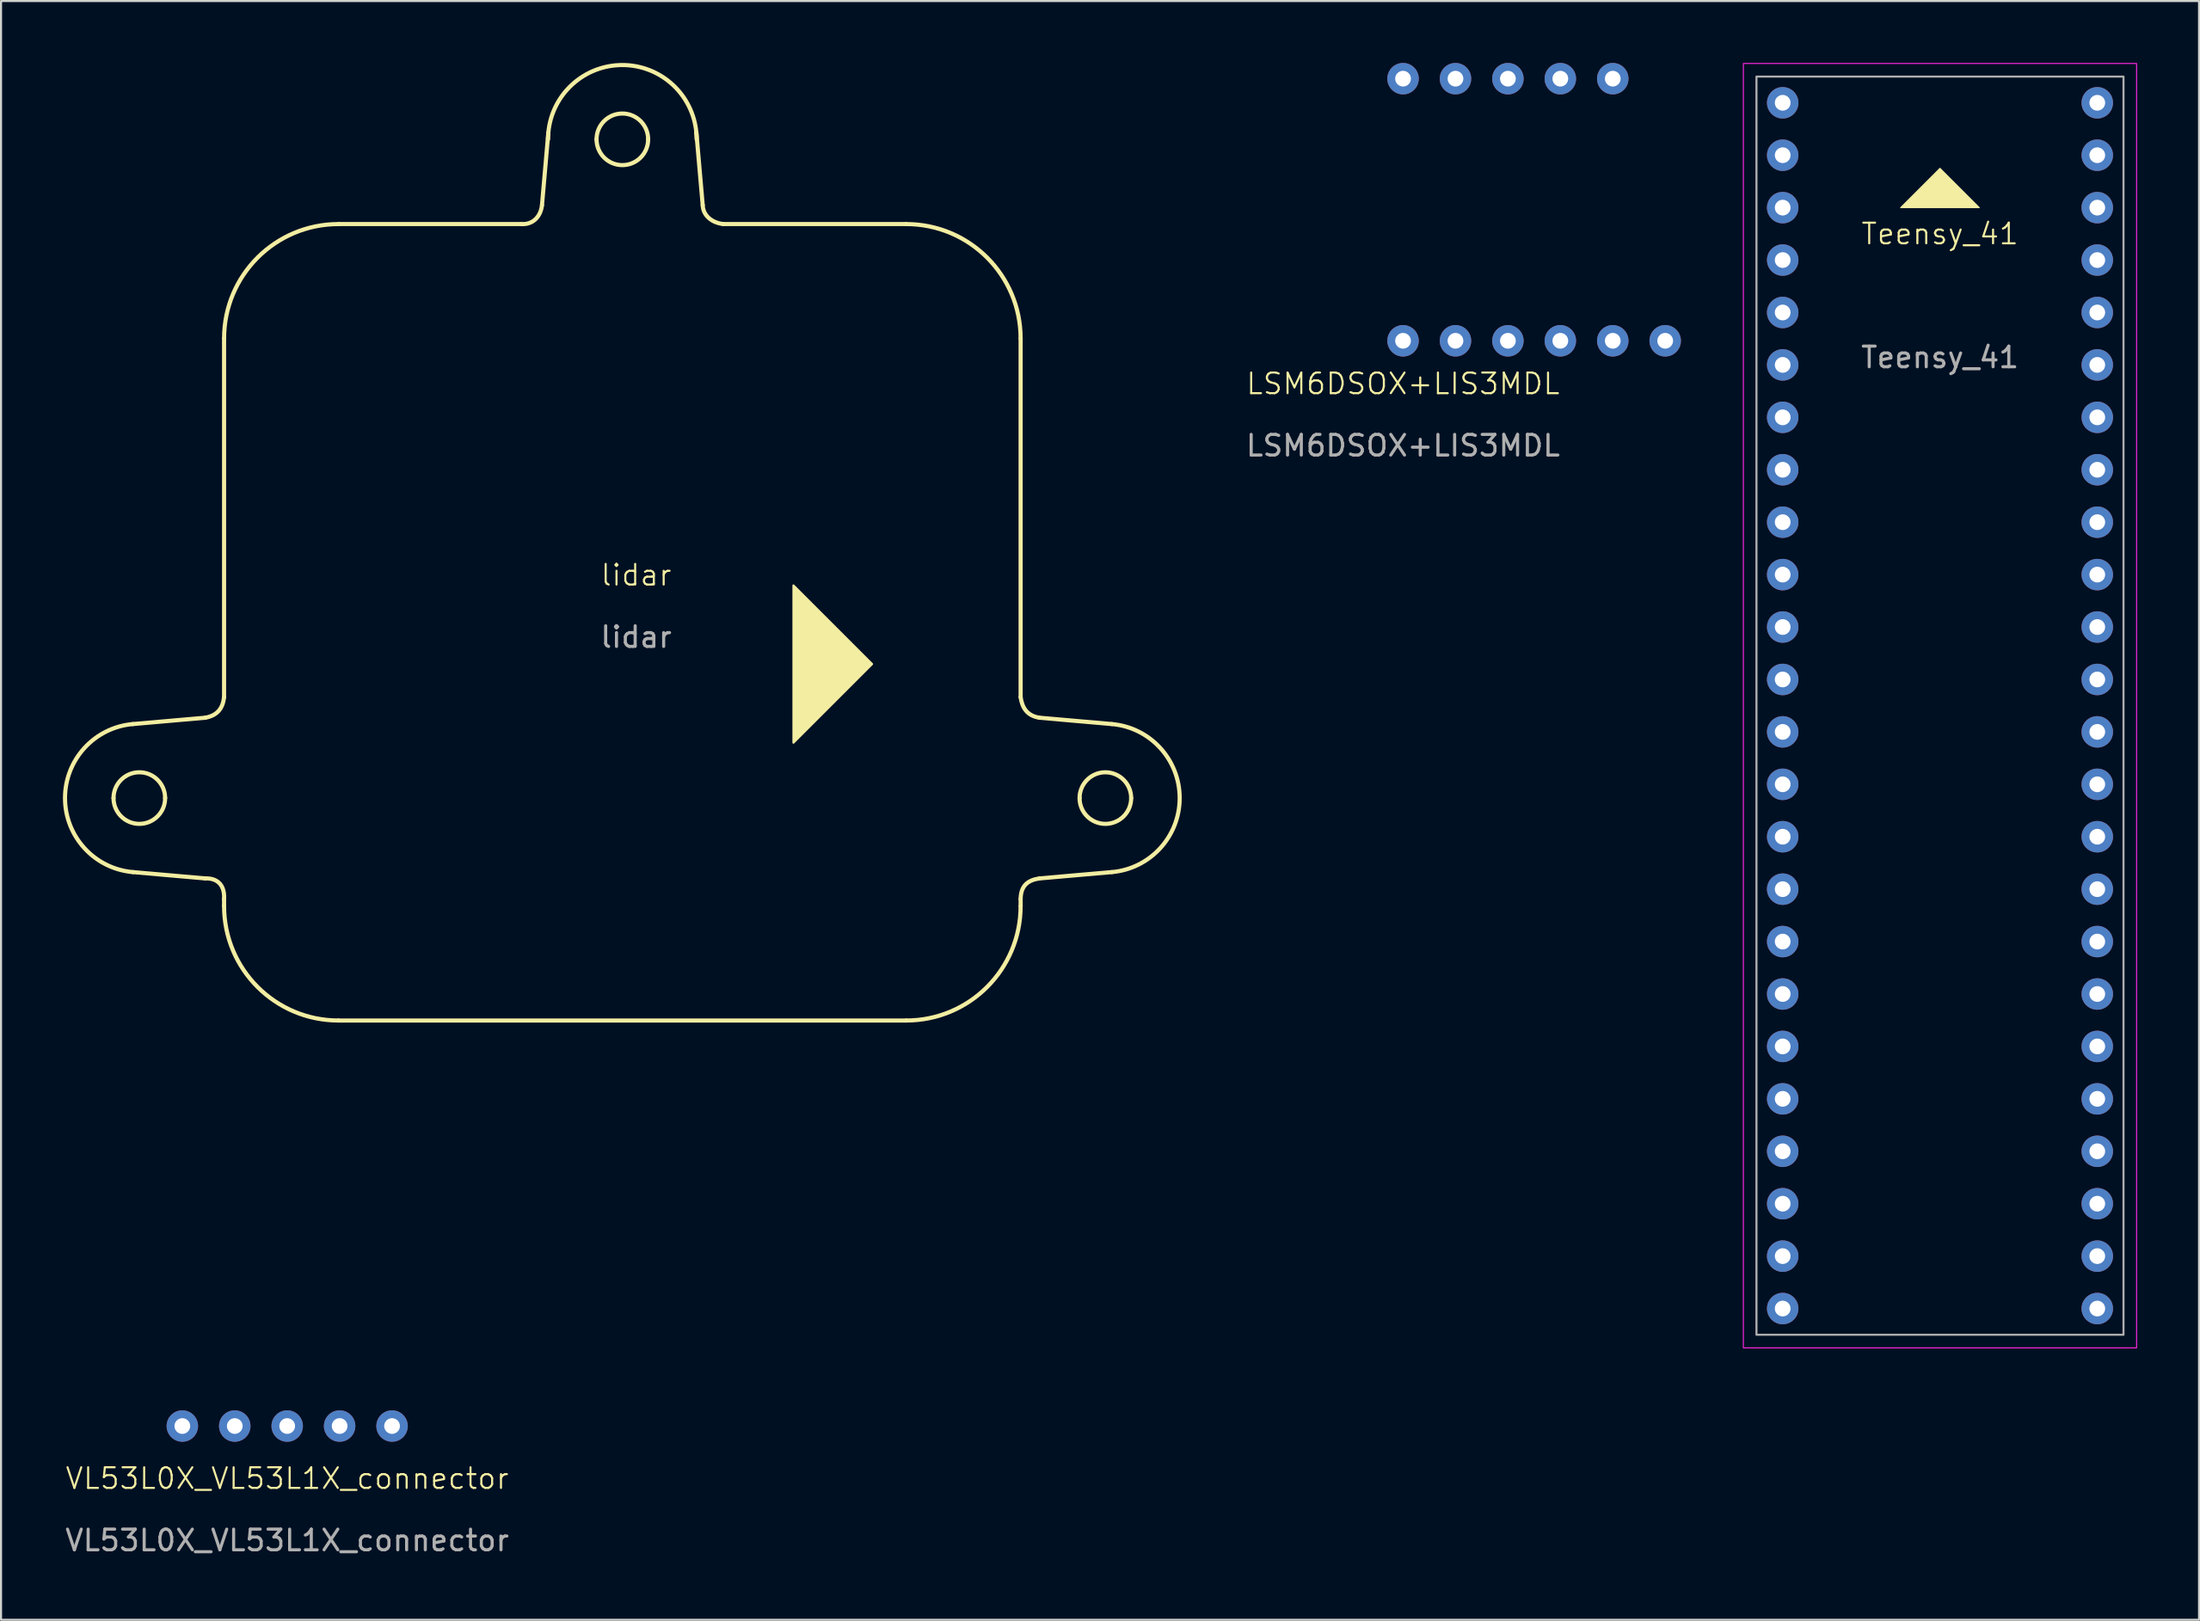
<source format=kicad_pcb>
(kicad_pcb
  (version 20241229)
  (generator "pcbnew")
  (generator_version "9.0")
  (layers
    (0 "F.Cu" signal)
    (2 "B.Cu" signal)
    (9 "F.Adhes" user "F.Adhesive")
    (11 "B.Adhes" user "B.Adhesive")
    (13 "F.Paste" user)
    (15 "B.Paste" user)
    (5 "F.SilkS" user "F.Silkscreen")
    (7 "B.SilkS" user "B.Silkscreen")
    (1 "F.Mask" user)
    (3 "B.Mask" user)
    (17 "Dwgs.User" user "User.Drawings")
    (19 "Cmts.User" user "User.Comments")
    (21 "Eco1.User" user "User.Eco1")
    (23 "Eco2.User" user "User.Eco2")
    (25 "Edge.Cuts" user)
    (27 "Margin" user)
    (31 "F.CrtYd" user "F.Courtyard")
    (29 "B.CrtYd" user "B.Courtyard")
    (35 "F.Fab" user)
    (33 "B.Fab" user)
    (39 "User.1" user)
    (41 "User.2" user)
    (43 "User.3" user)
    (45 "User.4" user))
  (footprint "Teensy_41"
    (layer "F.Cu")
    (at 83.312 60.35)
    (property "Reference" "Teensy_41" (at 7.62 -52.07 0) (unlocked yes) (layer "F.SilkS") (effects (font (size 1 1) (thickness 0.1))))
    (attr through_hole)
    (fp_poly (pts (xy 7.62 -55.245) (xy 9.525 -53.34) (xy 5.715 -53.34)) (stroke (width 0.05) (type solid)) (fill yes) (layer "F.SilkS"))
    (fp_rect (start -1.905 -60.325) (end 17.145 1.905) (stroke (width 0.05) (type default)) (fill no) (layer "F.CrtYd"))
    (fp_rect (start -1.27 -59.69) (end 16.51 1.27) (stroke (width 0.1) (type default)) (fill no) (layer "F.Fab"))
    (fp_text user "${REFERENCE}" (at 7.62 -46.085 0) (unlocked yes) (layer "F.Fab") (effects (font (size 1 1) (thickness 0.15))))
    (pad "0" thru_hole circle (at 0 -55.88) (size 1.524 1.524) (drill 0.762) (layers "*.Cu" "*.Mask"))
    (pad "1" thru_hole circle (at 0 -53.34) (size 1.524 1.524) (drill 0.762) (layers "*.Cu" "*.Mask"))
    (pad "2" thru_hole circle (at 0 -50.8) (size 1.524 1.524) (drill 0.762) (layers "*.Cu" "*.Mask"))
    (pad "3" thru_hole circle (at 0 -48.26) (size 1.524 1.524) (drill 0.762) (layers "*.Cu" "*.Mask"))
    (pad "4" thru_hole circle (at 0 -45.72) (size 1.524 1.524) (drill 0.762) (layers "*.Cu" "*.Mask"))
    (pad "5" thru_hole circle (at 0 -43.18) (size 1.524 1.524) (drill 0.762) (layers "*.Cu" "*.Mask"))
    (pad "6" thru_hole circle (at 0 -40.64) (size 1.524 1.524) (drill 0.762) (layers "*.Cu" "*.Mask"))
    (pad "7" thru_hole circle (at 0 -38.1) (size 1.524 1.524) (drill 0.762) (layers "*.Cu" "*.Mask"))
    (pad "8" thru_hole circle (at 0 -35.56) (size 1.524 1.524) (drill 0.762) (layers "*.Cu" "*.Mask"))
    (pad "9" thru_hole circle (at 0 -33.02) (size 1.524 1.524) (drill 0.762) (layers "*.Cu" "*.Mask"))
    (pad "10" thru_hole circle (at 0 -30.48) (size 1.524 1.524) (drill 0.762) (layers "*.Cu" "*.Mask"))
    (pad "11" thru_hole circle (at 0 -27.94) (size 1.524 1.524) (drill 0.762) (layers "*.Cu" "*.Mask"))
    (pad "12" thru_hole circle (at 0 -25.4) (size 1.524 1.524) (drill 0.762) (layers "*.Cu" "*.Mask"))
    (pad "13" thru_hole circle (at 15.24 -25.4) (size 1.524 1.524) (drill 0.762) (layers "*.Cu" "*.Mask"))
    (pad "14" thru_hole circle (at 15.24 -27.94) (size 1.524 1.524) (drill 0.762) (layers "*.Cu" "*.Mask"))
    (pad "15" thru_hole circle (at 15.24 -30.48) (size 1.524 1.524) (drill 0.762) (layers "*.Cu" "*.Mask"))
    (pad "16" thru_hole circle (at 15.24 -33.02) (size 1.524 1.524) (drill 0.762) (layers "*.Cu" "*.Mask"))
    (pad "17" thru_hole circle (at 15.24 -35.56) (size 1.524 1.524) (drill 0.762) (layers "*.Cu" "*.Mask"))
    (pad "18" thru_hole circle (at 15.24 -38.1) (size 1.524 1.524) (drill 0.762) (layers "*.Cu" "*.Mask"))
    (pad "19" thru_hole circle (at 15.24 -40.64) (size 1.524 1.524) (drill 0.762) (layers "*.Cu" "*.Mask"))
    (pad "20" thru_hole circle (at 15.24 -43.18) (size 1.524 1.524) (drill 0.762) (layers "*.Cu" "*.Mask"))
    (pad "21" thru_hole circle (at 15.24 -45.72) (size 1.524 1.524) (drill 0.762) (layers "*.Cu" "*.Mask"))
    (pad "22" thru_hole circle (at 15.24 -48.26) (size 1.524 1.524) (drill 0.762) (layers "*.Cu" "*.Mask"))
    (pad "23" thru_hole circle (at 15.24 -50.8) (size 1.524 1.524) (drill 0.762) (layers "*.Cu" "*.Mask"))
    (pad "24" thru_hole circle (at 0 -20.32) (size 1.524 1.524) (drill 0.762) (layers "*.Cu" "*.Mask"))
    (pad "25" thru_hole circle (at 0 -17.78) (size 1.524 1.524) (drill 0.762) (layers "*.Cu" "*.Mask"))
    (pad "26" thru_hole circle (at 0 -15.24) (size 1.524 1.524) (drill 0.762) (layers "*.Cu" "*.Mask"))
    (pad "27" thru_hole circle (at 0 -12.7) (size 1.524 1.524) (drill 0.762) (layers "*.Cu" "*.Mask"))
    (pad "28" thru_hole circle (at 0 -10.16) (size 1.524 1.524) (drill 0.762) (layers "*.Cu" "*.Mask"))
    (pad "29" thru_hole circle (at 0 -7.62) (size 1.524 1.524) (drill 0.762) (layers "*.Cu" "*.Mask"))
    (pad "30" thru_hole circle (at 0 -5.08) (size 1.524 1.524) (drill 0.762) (layers "*.Cu" "*.Mask"))
    (pad "31" thru_hole circle (at 0 -2.54) (size 1.524 1.524) (drill 0.762) (layers "*.Cu" "*.Mask"))
    (pad "32" thru_hole circle (at 0 0) (size 1.524 1.524) (drill 0.762) (layers "*.Cu" "*.Mask"))
    (pad "33" thru_hole circle (at 15.24 0) (size 1.524 1.524) (drill 0.762) (layers "*.Cu" "*.Mask"))
    (pad "34" thru_hole circle (at 15.24 -2.54) (size 1.524 1.524) (drill 0.762) (layers "*.Cu" "*.Mask"))
    (pad "35" thru_hole circle (at 15.24 -5.08) (size 1.524 1.524) (drill 0.762) (layers "*.Cu" "*.Mask"))
    (pad "36" thru_hole circle (at 15.24 -7.62) (size 1.524 1.524) (drill 0.762) (layers "*.Cu" "*.Mask"))
    (pad "37" thru_hole circle (at 15.24 -10.16) (size 1.524 1.524) (drill 0.762) (layers "*.Cu" "*.Mask"))
    (pad "38" thru_hole circle (at 15.24 -12.7) (size 1.524 1.524) (drill 0.762) (layers "*.Cu" "*.Mask"))
    (pad "39" thru_hole circle (at 15.24 -15.24) (size 1.524 1.524) (drill 0.762) (layers "*.Cu" "*.Mask"))
    (pad "40" thru_hole circle (at 15.24 -17.78) (size 1.524 1.524) (drill 0.762) (layers "*.Cu" "*.Mask"))
    (pad "41" thru_hole circle (at 15.24 -20.32) (size 1.524 1.524) (drill 0.762) (layers "*.Cu" "*.Mask"))
    (pad "42" thru_hole circle (at 0 -58.42) (size 1.524 1.524) (drill 0.762) (layers "*.Cu" "*.Mask"))
    (pad "44" thru_hole circle (at 15.24 -22.86) (size 1.524 1.524) (drill 0.762) (layers "*.Cu" "*.Mask"))
    (pad "45" thru_hole circle (at 15.24 -53.34) (size 1.524 1.524) (drill 0.762) (layers "*.Cu" "*.Mask"))
    (pad "46" thru_hole circle (at 15.24 -55.88) (size 1.524 1.524) (drill 0.762) (layers "*.Cu" "*.Mask"))
    (pad "47" thru_hole circle (at 15.24 -58.42) (size 1.524 1.524) (drill 0.762) (layers "*.Cu" "*.Mask"))
    (pad "48" thru_hole circle (at 0 -22.86) (size 1.524 1.524) (drill 0.762) (layers "*.Cu" "*.Mask")))
  (footprint "LSM6DSOX+LIS3MDL"
    (layer "F.Cu")
    (at 64.92 13.462)
    (property "Reference" "LSM6DSOX+LIS3MDL" (at 0 2.08 0) (unlocked yes) (layer "F.SilkS") (effects (font (size 1 1) (thickness 0.1))))
    (attr through_hole)
    (fp_text user "${REFERENCE}" (at 0 5.08 0) (unlocked yes) (layer "F.Fab") (effects (font (size 1 1) (thickness 0.15))))
    (pad "1" thru_hole circle (at 0 0) (size 1.524 1.524) (drill 0.762) (layers "*.Cu" "*.Mask"))
    (pad "2" thru_hole circle (at 2.54 0) (size 1.524 1.524) (drill 0.762) (layers "*.Cu" "*.Mask"))
    (pad "3" thru_hole circle (at 5.08 0) (size 1.524 1.524) (drill 0.762) (layers "*.Cu" "*.Mask"))
    (pad "4" thru_hole circle (at 7.62 0) (size 1.524 1.524) (drill 0.762) (layers "*.Cu" "*.Mask"))
    (pad "5" thru_hole circle (at 10.16 0) (size 1.524 1.524) (drill 0.762) (layers "*.Cu" "*.Mask"))
    (pad "6" thru_hole circle (at 12.7 0) (size 1.524 1.524) (drill 0.762) (layers "*.Cu" "*.Mask"))
    (pad "7" thru_hole circle (at 0 -12.7) (size 1.524 1.524) (drill 0.762) (layers "*.Cu" "*.Mask"))
    (pad "8" thru_hole circle (at 2.54 -12.7) (size 1.524 1.524) (drill 0.762) (layers "*.Cu" "*.Mask"))
    (pad "9" thru_hole circle (at 5.08 -12.7) (size 1.524 1.524) (drill 0.762) (layers "*.Cu" "*.Mask"))
    (pad "10" thru_hole circle (at 7.62 -12.7) (size 1.524 1.524) (drill 0.762) (layers "*.Cu" "*.Mask"))
    (pad "11" thru_hole circle (at 10.16 -12.7) (size 1.524 1.524) (drill 0.762) (layers "*.Cu" "*.Mask")))
  (footprint "lidar"
    (layer "F.Cu")
    (at 27.768 25.314)
    (property "Reference" "lidar" (at 0 -0.5 0) (unlocked yes) (layer "F.SilkS") (effects (font (size 1 1) (thickness 0.1))))
    (fp_line (start -24.382 13.889) (end -20.874 14.196) (stroke (width 0.2) (type solid)) (layer "F.SilkS"))
    (fp_line (start -20.874 6.41) (end -24.382 6.717) (stroke (width 0.2) (type solid)) (layer "F.SilkS"))
    (fp_line (start -19.963 -11.964) (end -19.963 5.415) (stroke (width 0.2) (type solid)) (layer "F.SilkS"))
    (fp_line (start -19.963 15.191) (end -19.963 15.536) (stroke (width 0.2) (type solid)) (layer "F.SilkS"))
    (fp_line (start -14.419 21.08) (end 13.081 21.08) (stroke (width 0.2) (type solid)) (layer "F.SilkS"))
    (fp_line (start -5.557 -17.508) (end -14.419 -17.508) (stroke (width 0.2) (type solid)) (layer "F.SilkS"))
    (fp_line (start -4.255 -21.928) (end -4.562 -18.42) (stroke (width 0.2) (type solid)) (layer "F.SilkS"))
    (fp_line (start 3.225 -18.42) (end 2.918 -21.928) (stroke (width 0.2) (type solid)) (layer "F.SilkS"))
    (fp_line (start 13.081 -17.508) (end 4.22 -17.508) (stroke (width 0.2) (type solid)) (layer "F.SilkS"))
    (fp_line (start 18.626 5.415) (end 18.626 -11.964) (stroke (width 0.2) (type solid)) (layer "F.SilkS"))
    (fp_line (start 18.626 15.536) (end 18.626 15.191) (stroke (width 0.2) (type solid)) (layer "F.SilkS"))
    (fp_line (start 19.537 14.196) (end 23.045 13.889) (stroke (width 0.2) (type solid)) (layer "F.SilkS"))
    (fp_line (start 23.045 6.717) (end 19.537 6.41) (stroke (width 0.2) (type solid)) (layer "F.SilkS"))
    (fp_arc (start -25.318495 10.30303) (mid -24.068497 9.053032) (end -22.8185 10.30303) (stroke (width 0.2) (type solid)) (layer "F.SilkS"))
    (fp_arc (start -24.382257 13.889324) (mid -27.66849 10.30303) (end -24.382257 6.716737) (stroke (width 0.2) (type solid)) (layer "F.SilkS"))
    (fp_arc (start -22.8185 10.30303) (mid -24.068498 11.553029) (end -25.318495 10.30303) (stroke (width 0.2) (type solid)) (layer "F.SilkS"))
    (fp_arc (start -19.962635 -11.963829) (mid -18.3388 -15.884112) (end -14.418517 -17.507947) (stroke (width 0.2) (type solid)) (layer "F.SilkS"))
    (fp_arc (start -14.418517 21.080235) (mid -18.3388 19.4564) (end -19.962635 15.536117) (stroke (width 0.2) (type solid)) (layer "F.SilkS"))
    (fp_arc (start -4.268537 -21.613809) (mid -4.265109 -21.770838) (end -4.254838 -21.927569) (stroke (width 0.2) (type solid)) (layer "F.SilkS"))
    (fp_arc (start -4.254838 -21.927569) (mid -0.668544 -25.213802) (end 2.91775 -21.927569) (stroke (width 0.2) (type solid)) (layer "F.SilkS"))
    (fp_arc (start -1.918541 -21.613809) (mid -0.668544 -22.863807) (end 0.581453 -21.613809) (stroke (width 0.2) (type solid)) (layer "F.SilkS"))
    (fp_arc (start 0.581453 -21.613809) (mid -0.668544 -20.363812) (end -1.918541 -21.613809) (stroke (width 0.2) (type solid)) (layer "F.SilkS"))
    (fp_arc (start 2.91775 -21.927569) (mid 2.928022 -21.770838) (end 2.931449 -21.613809) (stroke (width 0.2) (type solid)) (layer "F.SilkS"))
    (fp_arc (start 13.081429 -17.507947) (mid 17.001712 -15.884112) (end 18.625547 -11.963829) (stroke (width 0.2) (type solid)) (layer "F.SilkS"))
    (fp_arc (start 18.625547 15.536117) (mid 17.001712 19.4564) (end 13.081429 21.080235) (stroke (width 0.2) (type solid)) (layer "F.SilkS"))
    (fp_arc (start 21.481412 10.30303) (mid 22.731409 9.053034) (end 23.981407 10.30303) (stroke (width 0.2) (type solid)) (layer "F.SilkS"))
    (fp_arc (start 23.045169 6.716737) (mid 26.331402 10.303034) (end 23.045169 13.889324) (stroke (width 0.2) (type solid)) (layer "F.SilkS"))
    (fp_arc (start 23.981407 10.30303) (mid 22.73141 11.553027) (end 21.481412 10.30303) (stroke (width 0.2) (type solid)) (layer "F.SilkS"))
    (fp_poly (pts (xy 11.43 3.81) (xy 7.62 0) (xy 7.62 7.62)) (stroke (width 0.1) (type solid)) (fill yes) (layer "F.SilkS"))
    (fp_curve (pts (xy -20.874 6.41) (xy -20.277 6.301) (xy -20.023 5.945) (xy -19.963 5.415)) (stroke (width 0.2) (type solid)) (layer "F.SilkS"))
    (fp_curve (pts (xy -19.963 15.191) (xy -19.921 14.429) (xy -20.379 14.175) (xy -20.874 14.196)) (stroke (width 0.2) (type solid)) (layer "F.SilkS"))
    (fp_curve (pts (xy -5.557 -17.508) (xy -5.037 -17.473) (xy -4.631 -17.829) (xy -4.562 -18.42)) (stroke (width 0.2) (type solid)) (layer "F.SilkS"))
    (fp_curve (pts (xy 3.225 -18.42) (xy 3.243 -17.931) (xy 3.65 -17.575) (xy 4.22 -17.508)) (stroke (width 0.2) (type solid)) (layer "F.SilkS"))
    (fp_curve (pts (xy 18.626 5.415) (xy 18.706 5.96) (xy 18.96 6.316) (xy 19.537 6.41)) (stroke (width 0.2) (type solid)) (layer "F.SilkS"))
    (fp_curve (pts (xy 19.537 14.196) (xy 18.991 14.277) (xy 18.636 14.531) (xy 18.626 15.191)) (stroke (width 0.2) (type solid)) (layer "F.SilkS"))
    (fp_text user "${REFERENCE}" (at 0 2.5 0) (unlocked yes) (layer "F.Fab") (effects (font (size 1 1) (thickness 0.15)))))
  (footprint "VL53L0X_VL53L1X_connector"
    (layer "F.Cu")
    (at 5.783 66.042)
    (property "Reference" "VL53L0X_VL53L1X_connector" (at 5.08 2.54 0) (unlocked yes) (layer "F.SilkS") (effects (font (size 1 1) (thickness 0.1))))
    (attr through_hole)
    (fp_text user "${REFERENCE}" (at 5.08 5.54 0) (unlocked yes) (layer "F.Fab") (effects (font (size 1 1) (thickness 0.15))))
    (pad "2" thru_hole circle (at 0 0) (size 1.524 1.524) (drill 0.762) (layers "*.Cu" "*.Mask"))
    (pad "3" thru_hole circle (at 2.54 0) (size 1.524 1.524) (drill 0.762) (layers "*.Cu" "*.Mask"))
    (pad "4" thru_hole circle (at 5.08 0) (size 1.524 1.524) (drill 0.762) (layers "*.Cu" "*.Mask"))
    (pad "5" thru_hole circle (at 7.62 0) (size 1.524 1.524) (drill 0.762) (layers "*.Cu" "*.Mask"))
    (pad "6" thru_hole circle (at 10.16 0) (size 1.524 1.524) (drill 0.762) (layers "*.Cu" "*.Mask")))
  (gr_rect
    (start -3 -3)
    (end 103.482 75.43)
    (stroke (width 0.1) (type default))
    (fill no)
    (layer "Edge.Cuts")))
</source>
